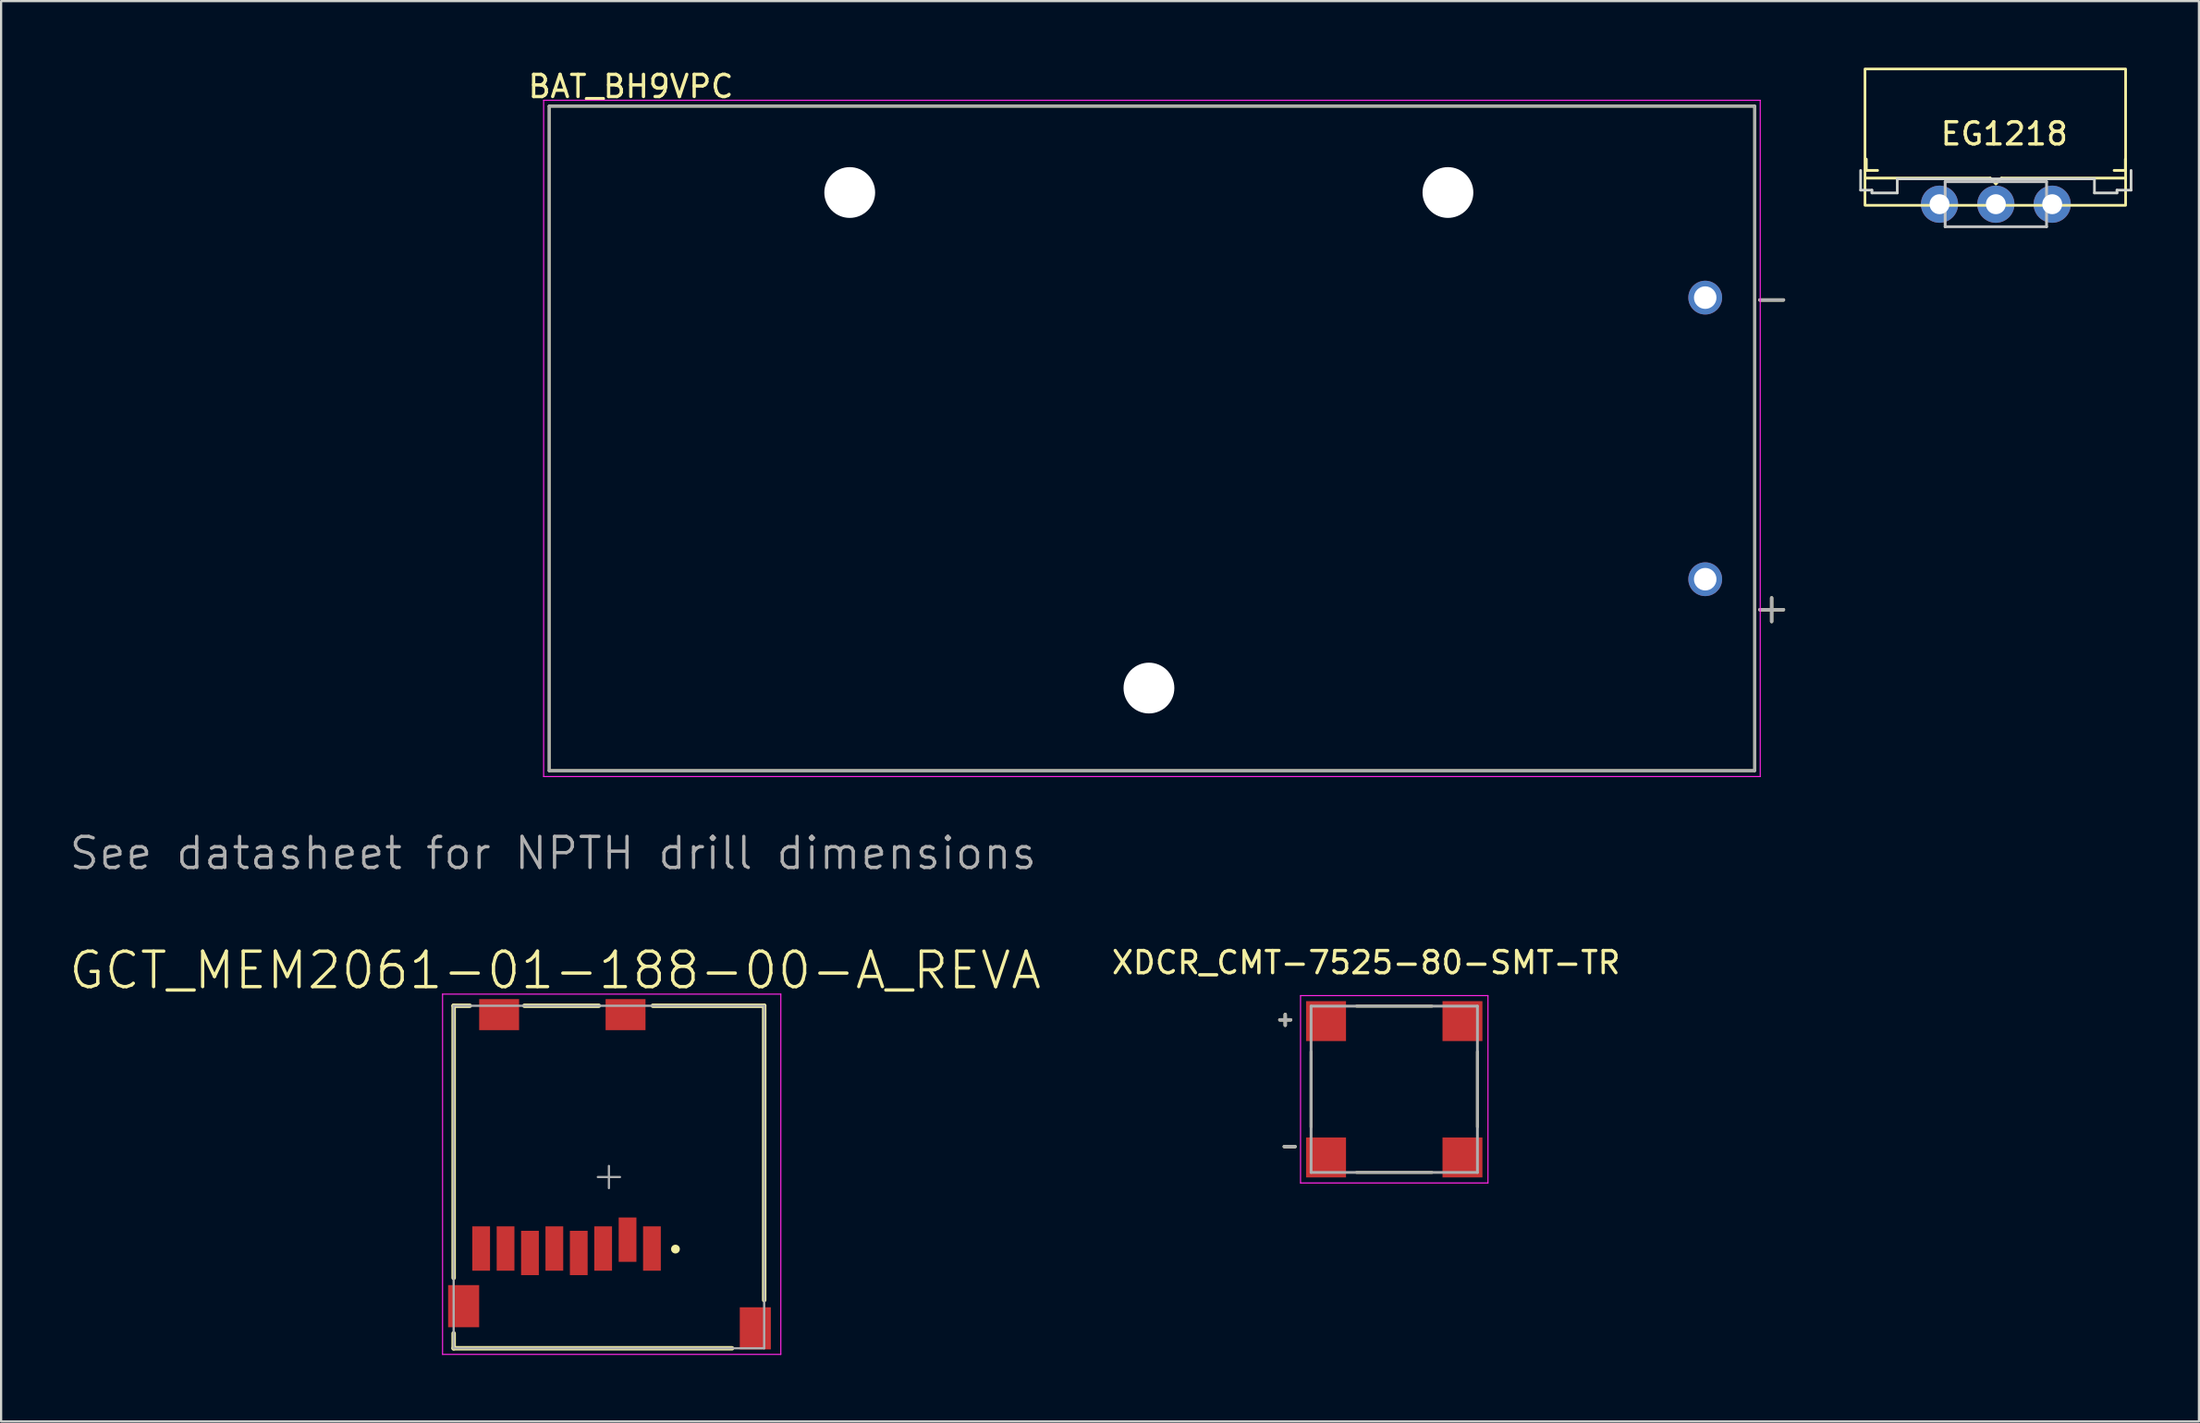
<source format=kicad_pcb>
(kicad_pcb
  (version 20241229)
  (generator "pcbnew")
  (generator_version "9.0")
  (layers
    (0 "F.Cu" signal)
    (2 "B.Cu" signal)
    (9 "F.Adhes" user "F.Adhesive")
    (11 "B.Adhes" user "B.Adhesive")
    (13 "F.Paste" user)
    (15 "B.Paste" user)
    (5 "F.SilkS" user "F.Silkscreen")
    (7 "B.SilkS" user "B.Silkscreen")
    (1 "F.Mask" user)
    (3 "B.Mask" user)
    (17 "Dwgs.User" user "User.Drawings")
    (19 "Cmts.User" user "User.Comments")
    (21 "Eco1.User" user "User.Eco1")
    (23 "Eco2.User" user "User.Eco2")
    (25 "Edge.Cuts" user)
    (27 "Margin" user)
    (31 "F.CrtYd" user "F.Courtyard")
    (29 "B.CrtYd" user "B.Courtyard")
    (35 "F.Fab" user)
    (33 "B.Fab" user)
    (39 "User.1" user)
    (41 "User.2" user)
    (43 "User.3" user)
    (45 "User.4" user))
  (footprint "EG1218"
    (layer "F.Cu")
    (at 86.933 6.16)
    (property "Reference" "EG1218" (at 0.381 -3.175 0) (layer "F.SilkS") (effects (font (size 1 1) (thickness 0.15))))
    (attr through_hole)
    (fp_line (start -5.842 -1.524) (end -5.842 -2.032) (stroke (width 0.127) (type solid)) (layer "F.SilkS"))
    (fp_line (start -5.842 -1.177) (end -0.254 -1.177) (stroke (width 0.127) (type solid)) (layer "F.SilkS"))
    (fp_line (start -5.334 -1.524) (end -5.842 -1.524) (stroke (width 0.127) (type solid)) (layer "F.SilkS"))
    (fp_line (start -0.254 -1.177) (end 0 -0.923) (stroke (width 0.127) (type solid)) (layer "F.SilkS"))
    (fp_line (start 0 -0.923) (end 0.254 -1.177) (stroke (width 0.127) (type solid)) (layer "F.SilkS"))
    (fp_line (start 0.254 -1.177) (end 5.842 -1.177) (stroke (width 0.127) (type solid)) (layer "F.SilkS"))
    (fp_line (start 5.842 -2.032) (end 5.842 -1.524) (stroke (width 0.127) (type solid)) (layer "F.SilkS"))
    (fp_line (start 5.842 -1.524) (end 5.334 -1.524) (stroke (width 0.127) (type solid)) (layer "F.SilkS"))
    (fp_rect (start 5.85 0.05) (end -5.9 -6.1) (stroke (width 0.12) (type default)) (fill no) (layer "F.SilkS"))
    (fp_line (start -2.286 -1.016) (end 2.286 -1.016) (stroke (width 0.127) (type solid)) (layer "Dwgs.User"))
    (fp_line (start -2.286 1.016) (end -2.286 -1.016) (stroke (width 0.127) (type solid)) (layer "Dwgs.User"))
    (fp_line (start 2.286 -1.016) (end 2.286 1.016) (stroke (width 0.127) (type solid)) (layer "Dwgs.User"))
    (fp_line (start 2.286 1.016) (end -2.286 1.016) (stroke (width 0.127) (type solid)) (layer "Dwgs.User"))
    (fp_line (start -6.096 -1.524) (end -6.096 -0.635) (stroke (width 0.12) (type default)) (layer "Edge.Cuts"))
    (fp_line (start -5.588 -0.635) (end -6.096 -0.635) (stroke (width 0.12) (type default)) (layer "Edge.Cuts"))
    (fp_line (start -5.588 -0.508) (end -5.588 -0.635) (stroke (width 0.12) (type default)) (layer "Edge.Cuts"))
    (fp_line (start -4.445 -1.143) (end -4.445 -0.508) (stroke (width 0.12) (type default)) (layer "Edge.Cuts"))
    (fp_line (start -4.445 -0.508) (end -5.588 -0.508) (stroke (width 0.12) (type default)) (layer "Edge.Cuts"))
    (fp_line (start 4.445 -1.143) (end -4.445 -1.143) (stroke (width 0.12) (type default)) (layer "Edge.Cuts"))
    (fp_line (start 4.445 -1.143) (end 4.445 -0.508) (stroke (width 0.12) (type default)) (layer "Edge.Cuts"))
    (fp_line (start 4.445 -0.508) (end 5.461 -0.508) (stroke (width 0.12) (type default)) (layer "Edge.Cuts"))
    (fp_line (start 5.461 -0.508) (end 5.461 -0.635) (stroke (width 0.12) (type default)) (layer "Edge.Cuts"))
    (fp_line (start 6.096 -0.635) (end 5.461 -0.635) (stroke (width 0.12) (type default)) (layer "Edge.Cuts"))
    (fp_line (start 6.096 -0.635) (end 6.096 -1.524) (stroke (width 0.12) (type default)) (layer "Edge.Cuts"))
    (pad "O" thru_hole circle (at -2.54 0) (size 1.676 1.676) (drill 0.9) (layers "*.Cu" "*.Mask"))
    (pad "P" thru_hole circle (at 0 0) (size 1.676 1.676) (drill 0.9) (layers "*.Cu" "*.Mask"))
    (pad "S" thru_hole circle (at 2.54 0) (size 1.676 1.676) (drill 0.9) (layers "*.Cu" "*.Mask")))
  (footprint "GCT_MEM2061-01-188-00-A_REVA"
    (layer "F.Cu")
    (at 24.403 50.036)
    (property "Reference" "GCT_MEM2061-01-188-00-A_REVA" (at -2.421 -9.321 0) (layer "F.SilkS") (effects (font (size 1.601 1.601) (thickness 0.15))))
    (attr smd)
    (fp_line (start -7 -7.725) (end -6.274 -7.725) (stroke (width 0.2) (type solid)) (layer "F.SilkS"))
    (fp_line (start -7 4.55) (end -7 -7.725) (stroke (width 0.2) (type solid)) (layer "F.SilkS"))
    (fp_line (start -7 7.725) (end -7 7.05) (stroke (width 0.2) (type solid)) (layer "F.SilkS"))
    (fp_line (start -7 7.725) (end 5.55 7.725) (stroke (width 0.2) (type solid)) (layer "F.SilkS"))
    (fp_line (start -3.81 -7.725) (end -0.457 -7.725) (stroke (width 0.2) (type solid)) (layer "F.SilkS"))
    (fp_line (start 1.981 -7.725) (end 7 -7.725) (stroke (width 0.2) (type solid)) (layer "F.SilkS"))
    (fp_line (start 7 5.55) (end 7 -7.725) (stroke (width 0.2) (type solid)) (layer "F.SilkS"))
    (fp_circle (center 3 3.25) (end 3.1 3.25) (stroke (width 0.2) (type solid)) (fill no) (layer "F.SilkS"))
    (fp_line (start -7.5 -8.25) (end 7.75 -8.25) (stroke (width 0.05) (type solid)) (layer "F.CrtYd"))
    (fp_line (start -7.5 8) (end -7.5 -8.25) (stroke (width 0.05) (type solid)) (layer "F.CrtYd"))
    (fp_line (start 7.75 -8.25) (end 7.75 8) (stroke (width 0.05) (type solid)) (layer "F.CrtYd"))
    (fp_line (start 7.75 8) (end -7.5 8) (stroke (width 0.05) (type solid)) (layer "F.CrtYd"))
    (fp_line (start -7 -7.725) (end 7 -7.725) (stroke (width 0.1) (type solid)) (layer "F.Fab"))
    (fp_line (start -7 7.725) (end -7 -7.725) (stroke (width 0.1) (type solid)) (layer "F.Fab"))
    (fp_line (start -7 7.725) (end 7 7.725) (stroke (width 0.1) (type solid)) (layer "F.Fab"))
    (fp_line (start -0.5 0) (end 0.5 0) (stroke (width 0.1) (type solid)) (layer "F.Fab"))
    (fp_line (start 0 0.5) (end 0 -0.5) (stroke (width 0.1) (type solid)) (layer "F.Fab"))
    (fp_line (start 7 7.725) (end 7 -7.725) (stroke (width 0.1) (type solid)) (layer "F.Fab"))
    (pad "1" smd rect (at 1.94 3.225) (size 0.8 2) (layers "F.Cu" "F.Mask" "F.Paste"))
    (pad "2" smd rect (at 0.84 2.825) (size 0.8 2) (layers "F.Cu" "F.Mask" "F.Paste"))
    (pad "3" smd rect (at -0.26 3.225) (size 0.8 2) (layers "F.Cu" "F.Mask" "F.Paste"))
    (pad "4" smd rect (at -1.36 3.425) (size 0.8 2) (layers "F.Cu" "F.Mask" "F.Paste"))
    (pad "5" smd rect (at -2.46 3.225) (size 0.8 2) (layers "F.Cu" "F.Mask" "F.Paste"))
    (pad "6" smd rect (at -3.56 3.425) (size 0.8 2) (layers "F.Cu" "F.Mask" "F.Paste"))
    (pad "7" smd rect (at -4.66 3.225) (size 0.8 2) (layers "F.Cu" "F.Mask" "F.Paste"))
    (pad "8" smd rect (at -5.76 3.225) (size 0.8 2) (layers "F.Cu" "F.Mask" "F.Paste"))
    (pad "9" smd rect (at -4.95 -7.325) (size 1.8 1.4) (layers "F.Cu" "F.Mask" "F.Paste"))
    (pad "10" smd rect (at 0.75 -7.325) (size 1.8 1.4) (layers "F.Cu" "F.Mask" "F.Paste"))
    (pad "11" smd rect (at -6.55 5.825) (size 1.4 1.9) (layers "F.Cu" "F.Mask" "F.Paste"))
    (pad "12" smd rect (at 6.6 6.825) (size 1.4 1.9) (layers "F.Cu" "F.Mask" "F.Paste"))
    (zone (net_name "") (layer "F.Cu") (hatch full 0.508) (connect_pads) (min_thickness 0.01) (filled_areas_thickness no) (keepout (tracks not_allowed) (vias not_allowed) (pads not_allowed) (copperpour not_allowed) (footprints allowed)) (placement (enabled no)) (fill) (polygon (pts (xy 17.392 44.861) (xy 27.773 44.861) (xy 27.773 46.937) (xy 17.392 46.937)))))
  (footprint "BAT_BH9VPC"
    (layer "F.Cu")
    (at 48.885 16.723)
    (property "Reference" "BAT_BH9VPC" (at -23.495 -15.875 0) (layer "F.SilkS") (effects (font (size 1 1) (thickness 0.15))))
    (attr through_hole)
    (fp_line (start -27.175 -14.985) (end 27.175 -14.985) (stroke (width 0.127) (type solid)) (layer "F.SilkS"))
    (fp_line (start -27.175 14.985) (end -27.175 -14.985) (stroke (width 0.127) (type solid)) (layer "F.SilkS"))
    (fp_line (start 27.175 -14.985) (end 27.175 14.985) (stroke (width 0.127) (type solid)) (layer "F.SilkS"))
    (fp_line (start 27.175 14.985) (end -27.175 14.985) (stroke (width 0.127) (type solid)) (layer "F.SilkS"))
    (fp_line (start -27.425 -15.25) (end 27.425 -15.25) (stroke (width 0.05) (type solid)) (layer "F.CrtYd"))
    (fp_line (start -27.425 15.25) (end -27.425 -15.25) (stroke (width 0.05) (type solid)) (layer "F.CrtYd"))
    (fp_line (start 27.425 -15.25) (end 27.425 15.25) (stroke (width 0.05) (type solid)) (layer "F.CrtYd"))
    (fp_line (start 27.425 15.25) (end -27.425 15.25) (stroke (width 0.05) (type solid)) (layer "F.CrtYd"))
    (fp_line (start -27.175 -14.985) (end 27.175 -14.985) (stroke (width 0.127) (type solid)) (layer "F.Fab"))
    (fp_line (start -27.175 14.985) (end -27.175 -14.985) (stroke (width 0.127) (type solid)) (layer "F.Fab"))
    (fp_line (start 27.175 -14.985) (end 27.175 14.985) (stroke (width 0.127) (type solid)) (layer "F.Fab"))
    (fp_line (start 27.175 14.985) (end -27.175 14.985) (stroke (width 0.127) (type solid)) (layer "F.Fab"))
    (fp_text user "-" (at 27.94 -6.35 0) (layer "F.SilkS") (effects (font (size 1.4 1.4) (thickness 0.15))))
    (fp_text user "+" (at 27.94 7.62 0) (layer "F.SilkS") (effects (font (size 1.4 1.4) (thickness 0.15))))
    (fp_text user "-" (at 27.94 -6.35 0) (layer "F.Fab") (effects (font (size 1.4 1.4) (thickness 0.15))))
    (fp_text user "See datasheet for NPTH drill dimensions" (at -27 18.71 0) (layer "F.Fab") (effects (font (size 1.4 1.4) (thickness 0.15))))
    (fp_text user "+" (at 27.94 7.62 0) (layer "F.Fab") (effects (font (size 1.4 1.4) (thickness 0.15))))
    (pad "" np_thru_hole circle (at -13.625 -11.09) (size 2.29 2.29) (drill 2.29) (layers "*.Cu" "*.Mask"))
    (pad "" np_thru_hole circle (at -0.135 11.26) (size 2.29 2.29) (drill 2.29) (layers "*.Cu" "*.Mask"))
    (pad "" np_thru_hole circle (at 13.345 -11.09) (size 2.29 2.29) (drill 2.29) (layers "*.Cu" "*.Mask"))
    (pad "+" thru_hole circle (at 24.945 6.35) (size 1.524 1.524) (drill 1.016) (layers "*.Cu" "*.Mask"))
    (pad "-" thru_hole circle (at 24.945 -6.35) (size 1.524 1.524) (drill 1.016) (layers "*.Cu" "*.Mask")))
  (footprint "XDCR_CMT-7525-80-SMT-TR"
    (layer "F.Cu")
    (at 59.81 46.079)
    (property "Reference" "XDCR_CMT-7525-80-SMT-TR" (at -1.27 -5.715 0) (layer "F.SilkS") (effects (font (size 1 1) (thickness 0.15))))
    (attr smd)
    (fp_line (start -3.75 -1.7) (end -3.75 1.7) (stroke (width 0.127) (type solid)) (layer "F.SilkS"))
    (fp_line (start -1.7 3.75) (end 1.7 3.75) (stroke (width 0.127) (type solid)) (layer "F.SilkS"))
    (fp_line (start 1.7 -3.75) (end -1.7 -3.75) (stroke (width 0.127) (type solid)) (layer "F.SilkS"))
    (fp_line (start 3.75 1.7) (end 3.75 -1.7) (stroke (width 0.127) (type solid)) (layer "F.SilkS"))
    (fp_line (start -4.225 -4.225) (end 4.225 -4.225) (stroke (width 0.05) (type solid)) (layer "F.CrtYd"))
    (fp_line (start -4.225 4.225) (end -4.225 -4.225) (stroke (width 0.05) (type solid)) (layer "F.CrtYd"))
    (fp_line (start 4.225 -4.225) (end 4.225 4.225) (stroke (width 0.05) (type solid)) (layer "F.CrtYd"))
    (fp_line (start 4.225 4.225) (end -4.225 4.225) (stroke (width 0.05) (type solid)) (layer "F.CrtYd"))
    (fp_line (start -3.75 -3.75) (end -3.75 3.75) (stroke (width 0.127) (type solid)) (layer "F.Fab"))
    (fp_line (start -3.75 3.75) (end 3.75 3.75) (stroke (width 0.127) (type solid)) (layer "F.Fab"))
    (fp_line (start 3.75 -3.75) (end -3.75 -3.75) (stroke (width 0.127) (type solid)) (layer "F.Fab"))
    (fp_line (start 3.75 3.75) (end 3.75 -3.75) (stroke (width 0.127) (type solid)) (layer "F.Fab"))
    (fp_text user "-" (at -4.715 2.54 0) (layer "F.SilkS") (effects (font (size 0.64 0.64) (thickness 0.15))))
    (fp_text user "+" (at -4.915 -3.175 0) (layer "F.SilkS") (effects (font (size 0.64 0.64) (thickness 0.15))))
    (fp_text user "-" (at -4.715 2.54 0) (layer "F.Fab") (effects (font (size 0.64 0.64) (thickness 0.15))))
    (fp_text user "+" (at -4.915 -3.175 0) (layer "F.Fab") (effects (font (size 0.64 0.64) (thickness 0.15))))
    (pad "1" smd rect (at 3.075 -3.075) (size 1.8 1.8) (layers "F.Cu" "F.Mask" "F.Paste"))
    (pad "2" smd rect (at 3.075 3.075) (size 1.8 1.8) (layers "F.Cu" "F.Mask" "F.Paste"))
    (pad "N" smd rect (at -3.075 3.075) (size 1.8 1.8) (layers "F.Cu" "F.Mask" "F.Paste"))
    (pad "P" smd rect (at -3.075 -3.075) (size 1.8 1.8) (layers "F.Cu" "F.Mask" "F.Paste")))
  (gr_rect
    (start -3 -3)
    (end 96.089 61.061)
    (stroke (width 0.1) (type default))
    (fill no)
    (layer "Edge.Cuts")))
</source>
